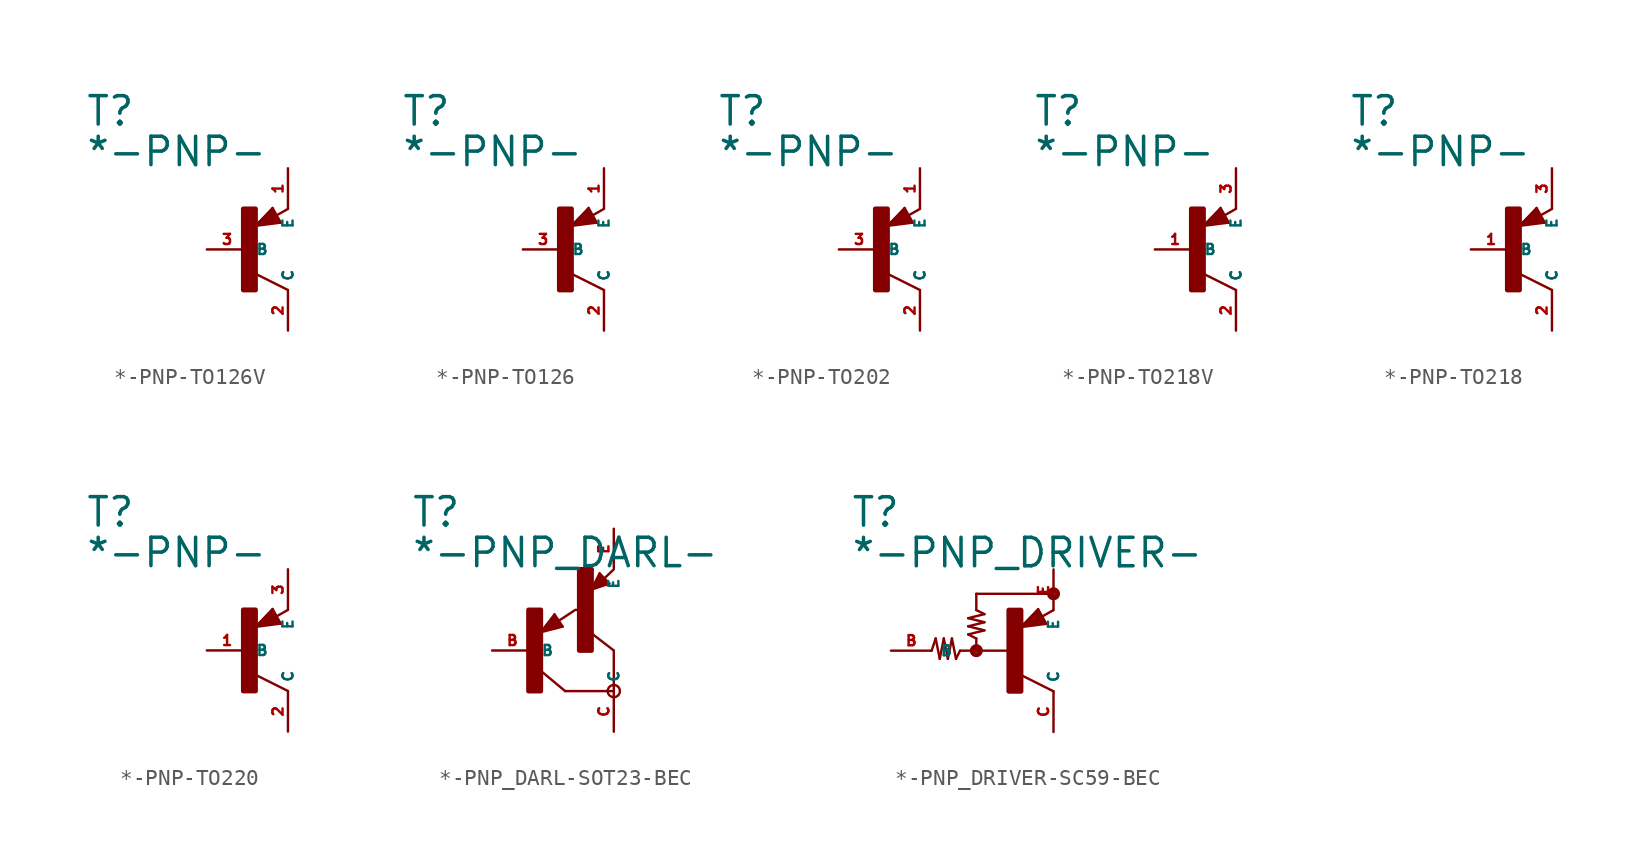
<source format=kicad_sym>
(kicad_symbol_lib
  (version 20220914)
  (generator Eagle2Kicad)
  (symbol "*-PNP-TO126V"
    (property "Reference" "T"
      (at -10.16 7.62 0)
      (effects (font (size 1.778 1.778) (thickness 0.22)) (justify left bottom)))
    (property "Value" "*-PNP-"
      (at -10.16 5.08 0)
      (effects (font (size 1.778 1.778) (thickness 0.22)) (justify left bottom)))
    (polyline
      (pts (xy 2.086 1.678) (xy 1.578 2.594))
      (stroke (width 0.152) (type default))
      (fill (type none)))
    (polyline
      (pts (xy 1.578 2.594) (xy 0.516 1.478))
      (stroke (width 0.152) (type default))
      (fill (type none)))
    (polyline
      (pts (xy 0.516 1.478) (xy 2.086 1.678))
      (stroke (width 0.152) (type default))
      (fill (type none)))
    (polyline
      (pts (xy 2.54 2.54) (xy 1.808 2.124))
      (stroke (width 0.152) (type default))
      (fill (type none)))
    (polyline
      (pts (xy 2.54 -2.54) (xy 0.508 -1.524))
      (stroke (width 0.152) (type default))
      (fill (type none)))
    (polyline
      (pts (xy 1.905 1.778) (xy 1.524 2.413))
      (stroke (width 0.254) (type default))
      (fill (type none)))
    (polyline
      (pts (xy 1.524 2.413) (xy 0.762 1.651))
      (stroke (width 0.254) (type default))
      (fill (type none)))
    (polyline
      (pts (xy 0.762 1.651) (xy 1.778 1.778))
      (stroke (width 0.254) (type default))
      (fill (type none)))
    (polyline
      (pts (xy 1.778 1.778) (xy 1.524 2.159))
      (stroke (width 0.254) (type default))
      (fill (type none)))
    (polyline
      (pts (xy 1.524 2.159) (xy 1.143 1.905))
      (stroke (width 0.254) (type default))
      (fill (type none)))
    (polyline
      (pts (xy 1.143 1.905) (xy 1.524 1.905))
      (stroke (width 0.254) (type default))
      (fill (type none)))
    (rectangle
      (start -0.254 -2.54)
      (end 0.508 2.54)
      (stroke (width 0.3) (type default))
      (fill (type outline)))
    (pin passive line
      (at -2.54 0 0)
      (length 2.54)
      (name "B" (effects (font (size 0.635 0.635) (thickness 0.08)) (justify left bottom)))
      (number "3" (effects (font (size 0.635 0.635) (thickness 0.08)) (justify left bottom))))
    (pin passive line
      (at 2.54 5.08 270)
      (length 2.54)
      (name "E" (effects (font (size 0.635 0.635) (thickness 0.08)) (justify left bottom)))
      (number "1" (effects (font (size 0.635 0.635) (thickness 0.08)) (justify left bottom))))
    (pin passive line
      (at 2.54 -5.08 90)
      (length 2.54)
      (name "C" (effects (font (size 0.635 0.635) (thickness 0.08)) (justify left bottom)))
      (number "2" (effects (font (size 0.635 0.635) (thickness 0.08)) (justify left bottom)))))
  (symbol "*-PNP-TO126"
    (property "Reference" "T"
      (at -10.16 7.62 0)
      (effects (font (size 1.778 1.778) (thickness 0.22)) (justify left bottom)))
    (property "Value" "*-PNP-"
      (at -10.16 5.08 0)
      (effects (font (size 1.778 1.778) (thickness 0.22)) (justify left bottom)))
    (polyline
      (pts (xy 2.086 1.678) (xy 1.578 2.594))
      (stroke (width 0.152) (type default))
      (fill (type none)))
    (polyline
      (pts (xy 1.578 2.594) (xy 0.516 1.478))
      (stroke (width 0.152) (type default))
      (fill (type none)))
    (polyline
      (pts (xy 0.516 1.478) (xy 2.086 1.678))
      (stroke (width 0.152) (type default))
      (fill (type none)))
    (polyline
      (pts (xy 2.54 2.54) (xy 1.808 2.124))
      (stroke (width 0.152) (type default))
      (fill (type none)))
    (polyline
      (pts (xy 2.54 -2.54) (xy 0.508 -1.524))
      (stroke (width 0.152) (type default))
      (fill (type none)))
    (polyline
      (pts (xy 1.905 1.778) (xy 1.524 2.413))
      (stroke (width 0.254) (type default))
      (fill (type none)))
    (polyline
      (pts (xy 1.524 2.413) (xy 0.762 1.651))
      (stroke (width 0.254) (type default))
      (fill (type none)))
    (polyline
      (pts (xy 0.762 1.651) (xy 1.778 1.778))
      (stroke (width 0.254) (type default))
      (fill (type none)))
    (polyline
      (pts (xy 1.778 1.778) (xy 1.524 2.159))
      (stroke (width 0.254) (type default))
      (fill (type none)))
    (polyline
      (pts (xy 1.524 2.159) (xy 1.143 1.905))
      (stroke (width 0.254) (type default))
      (fill (type none)))
    (polyline
      (pts (xy 1.143 1.905) (xy 1.524 1.905))
      (stroke (width 0.254) (type default))
      (fill (type none)))
    (rectangle
      (start -0.254 -2.54)
      (end 0.508 2.54)
      (stroke (width 0.3) (type default))
      (fill (type outline)))
    (pin passive line
      (at -2.54 0 0)
      (length 2.54)
      (name "B" (effects (font (size 0.635 0.635) (thickness 0.08)) (justify left bottom)))
      (number "3" (effects (font (size 0.635 0.635) (thickness 0.08)) (justify left bottom))))
    (pin passive line
      (at 2.54 5.08 270)
      (length 2.54)
      (name "E" (effects (font (size 0.635 0.635) (thickness 0.08)) (justify left bottom)))
      (number "1" (effects (font (size 0.635 0.635) (thickness 0.08)) (justify left bottom))))
    (pin passive line
      (at 2.54 -5.08 90)
      (length 2.54)
      (name "C" (effects (font (size 0.635 0.635) (thickness 0.08)) (justify left bottom)))
      (number "2" (effects (font (size 0.635 0.635) (thickness 0.08)) (justify left bottom)))))
  (symbol "*-PNP-TO202"
    (property "Reference" "T"
      (at -10.16 7.62 0)
      (effects (font (size 1.778 1.778) (thickness 0.22)) (justify left bottom)))
    (property "Value" "*-PNP-"
      (at -10.16 5.08 0)
      (effects (font (size 1.778 1.778) (thickness 0.22)) (justify left bottom)))
    (polyline
      (pts (xy 2.086 1.678) (xy 1.578 2.594))
      (stroke (width 0.152) (type default))
      (fill (type none)))
    (polyline
      (pts (xy 1.578 2.594) (xy 0.516 1.478))
      (stroke (width 0.152) (type default))
      (fill (type none)))
    (polyline
      (pts (xy 0.516 1.478) (xy 2.086 1.678))
      (stroke (width 0.152) (type default))
      (fill (type none)))
    (polyline
      (pts (xy 2.54 2.54) (xy 1.808 2.124))
      (stroke (width 0.152) (type default))
      (fill (type none)))
    (polyline
      (pts (xy 2.54 -2.54) (xy 0.508 -1.524))
      (stroke (width 0.152) (type default))
      (fill (type none)))
    (polyline
      (pts (xy 1.905 1.778) (xy 1.524 2.413))
      (stroke (width 0.254) (type default))
      (fill (type none)))
    (polyline
      (pts (xy 1.524 2.413) (xy 0.762 1.651))
      (stroke (width 0.254) (type default))
      (fill (type none)))
    (polyline
      (pts (xy 0.762 1.651) (xy 1.778 1.778))
      (stroke (width 0.254) (type default))
      (fill (type none)))
    (polyline
      (pts (xy 1.778 1.778) (xy 1.524 2.159))
      (stroke (width 0.254) (type default))
      (fill (type none)))
    (polyline
      (pts (xy 1.524 2.159) (xy 1.143 1.905))
      (stroke (width 0.254) (type default))
      (fill (type none)))
    (polyline
      (pts (xy 1.143 1.905) (xy 1.524 1.905))
      (stroke (width 0.254) (type default))
      (fill (type none)))
    (rectangle
      (start -0.254 -2.54)
      (end 0.508 2.54)
      (stroke (width 0.3) (type default))
      (fill (type outline)))
    (pin passive line
      (at -2.54 0 0)
      (length 2.54)
      (name "B" (effects (font (size 0.635 0.635) (thickness 0.08)) (justify left bottom)))
      (number "3" (effects (font (size 0.635 0.635) (thickness 0.08)) (justify left bottom))))
    (pin passive line
      (at 2.54 5.08 270)
      (length 2.54)
      (name "E" (effects (font (size 0.635 0.635) (thickness 0.08)) (justify left bottom)))
      (number "1" (effects (font (size 0.635 0.635) (thickness 0.08)) (justify left bottom))))
    (pin passive line
      (at 2.54 -5.08 90)
      (length 2.54)
      (name "C" (effects (font (size 0.635 0.635) (thickness 0.08)) (justify left bottom)))
      (number "2" (effects (font (size 0.635 0.635) (thickness 0.08)) (justify left bottom)))))
  (symbol "*-PNP-TO218V"
    (property "Reference" "T"
      (at -10.16 7.62 0)
      (effects (font (size 1.778 1.778) (thickness 0.22)) (justify left bottom)))
    (property "Value" "*-PNP-"
      (at -10.16 5.08 0)
      (effects (font (size 1.778 1.778) (thickness 0.22)) (justify left bottom)))
    (polyline
      (pts (xy 2.086 1.678) (xy 1.578 2.594))
      (stroke (width 0.152) (type default))
      (fill (type none)))
    (polyline
      (pts (xy 1.578 2.594) (xy 0.516 1.478))
      (stroke (width 0.152) (type default))
      (fill (type none)))
    (polyline
      (pts (xy 0.516 1.478) (xy 2.086 1.678))
      (stroke (width 0.152) (type default))
      (fill (type none)))
    (polyline
      (pts (xy 2.54 2.54) (xy 1.808 2.124))
      (stroke (width 0.152) (type default))
      (fill (type none)))
    (polyline
      (pts (xy 2.54 -2.54) (xy 0.508 -1.524))
      (stroke (width 0.152) (type default))
      (fill (type none)))
    (polyline
      (pts (xy 1.905 1.778) (xy 1.524 2.413))
      (stroke (width 0.254) (type default))
      (fill (type none)))
    (polyline
      (pts (xy 1.524 2.413) (xy 0.762 1.651))
      (stroke (width 0.254) (type default))
      (fill (type none)))
    (polyline
      (pts (xy 0.762 1.651) (xy 1.778 1.778))
      (stroke (width 0.254) (type default))
      (fill (type none)))
    (polyline
      (pts (xy 1.778 1.778) (xy 1.524 2.159))
      (stroke (width 0.254) (type default))
      (fill (type none)))
    (polyline
      (pts (xy 1.524 2.159) (xy 1.143 1.905))
      (stroke (width 0.254) (type default))
      (fill (type none)))
    (polyline
      (pts (xy 1.143 1.905) (xy 1.524 1.905))
      (stroke (width 0.254) (type default))
      (fill (type none)))
    (rectangle
      (start -0.254 -2.54)
      (end 0.508 2.54)
      (stroke (width 0.3) (type default))
      (fill (type outline)))
    (pin passive line
      (at -2.54 0 0)
      (length 2.54)
      (name "B" (effects (font (size 0.635 0.635) (thickness 0.08)) (justify left bottom)))
      (number "1" (effects (font (size 0.635 0.635) (thickness 0.08)) (justify left bottom))))
    (pin passive line
      (at 2.54 5.08 270)
      (length 2.54)
      (name "E" (effects (font (size 0.635 0.635) (thickness 0.08)) (justify left bottom)))
      (number "3" (effects (font (size 0.635 0.635) (thickness 0.08)) (justify left bottom))))
    (pin passive line
      (at 2.54 -5.08 90)
      (length 2.54)
      (name "C" (effects (font (size 0.635 0.635) (thickness 0.08)) (justify left bottom)))
      (number "2" (effects (font (size 0.635 0.635) (thickness 0.08)) (justify left bottom)))))
  (symbol "*-PNP-TO218"
    (property "Reference" "T"
      (at -10.16 7.62 0)
      (effects (font (size 1.778 1.778) (thickness 0.22)) (justify left bottom)))
    (property "Value" "*-PNP-"
      (at -10.16 5.08 0)
      (effects (font (size 1.778 1.778) (thickness 0.22)) (justify left bottom)))
    (polyline
      (pts (xy 2.086 1.678) (xy 1.578 2.594))
      (stroke (width 0.152) (type default))
      (fill (type none)))
    (polyline
      (pts (xy 1.578 2.594) (xy 0.516 1.478))
      (stroke (width 0.152) (type default))
      (fill (type none)))
    (polyline
      (pts (xy 0.516 1.478) (xy 2.086 1.678))
      (stroke (width 0.152) (type default))
      (fill (type none)))
    (polyline
      (pts (xy 2.54 2.54) (xy 1.808 2.124))
      (stroke (width 0.152) (type default))
      (fill (type none)))
    (polyline
      (pts (xy 2.54 -2.54) (xy 0.508 -1.524))
      (stroke (width 0.152) (type default))
      (fill (type none)))
    (polyline
      (pts (xy 1.905 1.778) (xy 1.524 2.413))
      (stroke (width 0.254) (type default))
      (fill (type none)))
    (polyline
      (pts (xy 1.524 2.413) (xy 0.762 1.651))
      (stroke (width 0.254) (type default))
      (fill (type none)))
    (polyline
      (pts (xy 0.762 1.651) (xy 1.778 1.778))
      (stroke (width 0.254) (type default))
      (fill (type none)))
    (polyline
      (pts (xy 1.778 1.778) (xy 1.524 2.159))
      (stroke (width 0.254) (type default))
      (fill (type none)))
    (polyline
      (pts (xy 1.524 2.159) (xy 1.143 1.905))
      (stroke (width 0.254) (type default))
      (fill (type none)))
    (polyline
      (pts (xy 1.143 1.905) (xy 1.524 1.905))
      (stroke (width 0.254) (type default))
      (fill (type none)))
    (rectangle
      (start -0.254 -2.54)
      (end 0.508 2.54)
      (stroke (width 0.3) (type default))
      (fill (type outline)))
    (pin passive line
      (at -2.54 0 0)
      (length 2.54)
      (name "B" (effects (font (size 0.635 0.635) (thickness 0.08)) (justify left bottom)))
      (number "1" (effects (font (size 0.635 0.635) (thickness 0.08)) (justify left bottom))))
    (pin passive line
      (at 2.54 5.08 270)
      (length 2.54)
      (name "E" (effects (font (size 0.635 0.635) (thickness 0.08)) (justify left bottom)))
      (number "3" (effects (font (size 0.635 0.635) (thickness 0.08)) (justify left bottom))))
    (pin passive line
      (at 2.54 -5.08 90)
      (length 2.54)
      (name "C" (effects (font (size 0.635 0.635) (thickness 0.08)) (justify left bottom)))
      (number "2" (effects (font (size 0.635 0.635) (thickness 0.08)) (justify left bottom)))))
  (symbol "*-PNP-TO220"
    (property "Reference" "T"
      (at -10.16 7.62 0)
      (effects (font (size 1.778 1.778) (thickness 0.22)) (justify left bottom)))
    (property "Value" "*-PNP-"
      (at -10.16 5.08 0)
      (effects (font (size 1.778 1.778) (thickness 0.22)) (justify left bottom)))
    (polyline
      (pts (xy 2.086 1.678) (xy 1.578 2.594))
      (stroke (width 0.152) (type default))
      (fill (type none)))
    (polyline
      (pts (xy 1.578 2.594) (xy 0.516 1.478))
      (stroke (width 0.152) (type default))
      (fill (type none)))
    (polyline
      (pts (xy 0.516 1.478) (xy 2.086 1.678))
      (stroke (width 0.152) (type default))
      (fill (type none)))
    (polyline
      (pts (xy 2.54 2.54) (xy 1.808 2.124))
      (stroke (width 0.152) (type default))
      (fill (type none)))
    (polyline
      (pts (xy 2.54 -2.54) (xy 0.508 -1.524))
      (stroke (width 0.152) (type default))
      (fill (type none)))
    (polyline
      (pts (xy 1.905 1.778) (xy 1.524 2.413))
      (stroke (width 0.254) (type default))
      (fill (type none)))
    (polyline
      (pts (xy 1.524 2.413) (xy 0.762 1.651))
      (stroke (width 0.254) (type default))
      (fill (type none)))
    (polyline
      (pts (xy 0.762 1.651) (xy 1.778 1.778))
      (stroke (width 0.254) (type default))
      (fill (type none)))
    (polyline
      (pts (xy 1.778 1.778) (xy 1.524 2.159))
      (stroke (width 0.254) (type default))
      (fill (type none)))
    (polyline
      (pts (xy 1.524 2.159) (xy 1.143 1.905))
      (stroke (width 0.254) (type default))
      (fill (type none)))
    (polyline
      (pts (xy 1.143 1.905) (xy 1.524 1.905))
      (stroke (width 0.254) (type default))
      (fill (type none)))
    (rectangle
      (start -0.254 -2.54)
      (end 0.508 2.54)
      (stroke (width 0.3) (type default))
      (fill (type outline)))
    (pin passive line
      (at -2.54 0 0)
      (length 2.54)
      (name "B" (effects (font (size 0.635 0.635) (thickness 0.08)) (justify left bottom)))
      (number "1" (effects (font (size 0.635 0.635) (thickness 0.08)) (justify left bottom))))
    (pin passive line
      (at 2.54 5.08 270)
      (length 2.54)
      (name "E" (effects (font (size 0.635 0.635) (thickness 0.08)) (justify left bottom)))
      (number "3" (effects (font (size 0.635 0.635) (thickness 0.08)) (justify left bottom))))
    (pin passive line
      (at 2.54 -5.08 90)
      (length 2.54)
      (name "C" (effects (font (size 0.635 0.635) (thickness 0.08)) (justify left bottom)))
      (number "2" (effects (font (size 0.635 0.635) (thickness 0.08)) (justify left bottom)))))
  (symbol "*-PNP_DARL-SOT23-BEC"
    (property "Reference" "T"
      (at -7.62 7.62 0)
      (effects (font (size 1.778 1.778) (thickness 0.22)) (justify left bottom)))
    (property "Value" "*-PNP_DARL-"
      (at -7.62 5.08 0)
      (effects (font (size 1.778 1.778) (thickness 0.22)) (justify left bottom)))
    (polyline
      (pts (xy 5.08 -2.54) (xy 2.032 -2.54))
      (stroke (width 0.152) (type default))
      (fill (type none)))
    (polyline
      (pts (xy 2.032 -2.54) (xy 0.508 -1.27))
      (stroke (width 0.152) (type default))
      (fill (type none)))
    (polyline
      (pts (xy 5.08 0) (xy 3.429 1.27))
      (stroke (width 0.152) (type default))
      (fill (type none)))
    (polyline
      (pts (xy 1.37 2.259) (xy 0.508 1.143))
      (stroke (width 0.152) (type default))
      (fill (type none)))
    (polyline
      (pts (xy 1.878 1.497) (xy 1.37 2.259))
      (stroke (width 0.152) (type default))
      (fill (type none)))
    (polyline
      (pts (xy 0.508 1.143) (xy 1.878 1.497))
      (stroke (width 0.152) (type default))
      (fill (type none)))
    (polyline
      (pts (xy 1.608 1.843) (xy 2.586 2.486))
      (stroke (width 0.152) (type default))
      (fill (type none)))
    (polyline
      (pts (xy 0.635 1.27) (xy 1.397 2.159))
      (stroke (width 0.127) (type default))
      (fill (type none)))
    (polyline
      (pts (xy 1.397 2.159) (xy 1.778 1.524))
      (stroke (width 0.127) (type default))
      (fill (type none)))
    (polyline
      (pts (xy 1.778 1.524) (xy 0.762 1.27))
      (stroke (width 0.127) (type default))
      (fill (type none)))
    (polyline
      (pts (xy 0.762 1.27) (xy 1.397 2.032))
      (stroke (width 0.127) (type default))
      (fill (type none)))
    (polyline
      (pts (xy 1.397 2.032) (xy 1.651 1.651))
      (stroke (width 0.127) (type default))
      (fill (type none)))
    (polyline
      (pts (xy 1.651 1.651) (xy 0.889 1.397))
      (stroke (width 0.254) (type default))
      (fill (type none)))
    (polyline
      (pts (xy 0.889 1.397) (xy 1.397 1.905))
      (stroke (width 0.254) (type default))
      (fill (type none)))
    (polyline
      (pts (xy 1.397 1.905) (xy 1.397 1.778))
      (stroke (width 0.254) (type default))
      (fill (type none)))
    (polyline
      (pts (xy 3.683 3.81) (xy 4.799 4.191))
      (stroke (width 0.152) (type default))
      (fill (type none)))
    (polyline
      (pts (xy 4.191 4.826) (xy 3.683 3.81))
      (stroke (width 0.152) (type default))
      (fill (type none)))
    (polyline
      (pts (xy 4.799 4.191) (xy 4.191 4.826))
      (stroke (width 0.152) (type default))
      (fill (type none)))
    (polyline
      (pts (xy 4.483 4.51) (xy 5.026 5.026))
      (stroke (width 0.152) (type default))
      (fill (type none)))
    (polyline
      (pts (xy 3.81 3.937) (xy 4.191 4.699))
      (stroke (width 0.127) (type default))
      (fill (type none)))
    (polyline
      (pts (xy 4.191 4.699) (xy 4.699 4.191))
      (stroke (width 0.127) (type default))
      (fill (type none)))
    (polyline
      (pts (xy 4.699 4.191) (xy 3.937 3.937))
      (stroke (width 0.127) (type default))
      (fill (type none)))
    (polyline
      (pts (xy 3.937 3.937) (xy 4.191 4.572))
      (stroke (width 0.127) (type default))
      (fill (type none)))
    (polyline
      (pts (xy 4.191 4.572) (xy 4.572 4.191))
      (stroke (width 0.254) (type default))
      (fill (type none)))
    (polyline
      (pts (xy 4.572 4.191) (xy 4.064 4.064))
      (stroke (width 0.254) (type default))
      (fill (type none)))
    (polyline
      (pts (xy 4.064 4.064) (xy 4.191 4.318))
      (stroke (width 0.254) (type default))
      (fill (type none)))
    (polyline
      (pts (xy 4.191 4.318) (xy 4.318 4.318))
      (stroke (width 0.254) (type default))
      (fill (type none)))
    (polyline
      (pts (xy 5.08 -2.54) (xy 5.08 0))
      (stroke (width 0.152) (type default))
      (fill (type none)))
    (polyline
      (pts (xy 2.667 2.54) (xy 2.921 2.54))
      (stroke (width 0.152) (type default))
      (fill (type none)))
    (circle
      (center 5.08 -2.54)
      (radius 0.381)
      (stroke (width 0) (type default))
      (fill (type none)))
    (rectangle
      (start -0.254 -2.54)
      (end 0.508 2.54)
      (stroke (width 0.3) (type default))
      (fill (type outline)))
    (rectangle
      (start 2.921 0)
      (end 3.683 5.08)
      (stroke (width 0.3) (type default))
      (fill (type outline)))
    (pin passive line
      (at -2.54 0 0)
      (length 2.54)
      (name "B" (effects (font (size 0.635 0.635) (thickness 0.08)) (justify left bottom)))
      (number "B" (effects (font (size 0.635 0.635) (thickness 0.08)) (justify left bottom))))
    (pin passive line
      (at 5.08 7.62 270)
      (length 2.54)
      (name "E" (effects (font (size 0.635 0.635) (thickness 0.08)) (justify left bottom)))
      (number "E" (effects (font (size 0.635 0.635) (thickness 0.08)) (justify left bottom))))
    (pin passive line
      (at 5.08 -5.08 90)
      (length 2.54)
      (name "C" (effects (font (size 0.635 0.635) (thickness 0.08)) (justify left bottom)))
      (number "C" (effects (font (size 0.635 0.635) (thickness 0.08)) (justify left bottom)))))
  (symbol "*-PNP_DRIVER-SC59-BEC"
    (property "Reference" "T"
      (at -10.16 7.62 0)
      (effects (font (size 1.778 1.778) (thickness 0.22)) (justify left bottom)))
    (property "Value" "*-PNP_DRIVER-"
      (at -10.16 5.08 0)
      (effects (font (size 1.778 1.778) (thickness 0.22)) (justify left bottom)))
    (polyline
      (pts (xy -5.08 0) (xy -4.826 0.762))
      (stroke (width 0.152) (type default))
      (fill (type none)))
    (polyline
      (pts (xy -4.826 0.762) (xy -4.572 -0.508))
      (stroke (width 0.152) (type default))
      (fill (type none)))
    (polyline
      (pts (xy -4.572 -0.508) (xy -4.318 0.762))
      (stroke (width 0.152) (type default))
      (fill (type none)))
    (polyline
      (pts (xy -4.318 0.762) (xy -4.064 -0.508))
      (stroke (width 0.152) (type default))
      (fill (type none)))
    (polyline
      (pts (xy -4.064 -0.508) (xy -3.81 0.762))
      (stroke (width 0.152) (type default))
      (fill (type none)))
    (polyline
      (pts (xy -3.81 0.762) (xy -3.556 -0.508))
      (stroke (width 0.152) (type default))
      (fill (type none)))
    (polyline
      (pts (xy -3.556 -0.508) (xy -3.302 0))
      (stroke (width 0.152) (type default))
      (fill (type none)))
    (polyline
      (pts (xy -3.302 0) (xy -2.286 0))
      (stroke (width 0.152) (type default))
      (fill (type none)))
    (polyline
      (pts (xy -2.286 0) (xy -0.254 0))
      (stroke (width 0.152) (type default))
      (fill (type none)))
    (polyline
      (pts (xy -2.286 0) (xy -2.286 0.762))
      (stroke (width 0.152) (type default))
      (fill (type none)))
    (polyline
      (pts (xy -2.286 0.762) (xy -2.794 1.016))
      (stroke (width 0.152) (type default))
      (fill (type none)))
    (polyline
      (pts (xy -2.794 1.016) (xy -1.778 1.27))
      (stroke (width 0.152) (type default))
      (fill (type none)))
    (polyline
      (pts (xy -1.778 1.27) (xy -2.794 1.524))
      (stroke (width 0.152) (type default))
      (fill (type none)))
    (polyline
      (pts (xy -2.794 1.524) (xy -1.778 1.778))
      (stroke (width 0.152) (type default))
      (fill (type none)))
    (polyline
      (pts (xy -1.778 1.778) (xy -2.794 2.032))
      (stroke (width 0.152) (type default))
      (fill (type none)))
    (polyline
      (pts (xy -2.794 2.032) (xy -1.778 2.286))
      (stroke (width 0.152) (type default))
      (fill (type none)))
    (polyline
      (pts (xy -1.778 2.286) (xy -2.286 2.54))
      (stroke (width 0.152) (type default))
      (fill (type none)))
    (polyline
      (pts (xy -2.286 2.54) (xy -2.286 3.556))
      (stroke (width 0.152) (type default))
      (fill (type none)))
    (polyline
      (pts (xy -2.286 3.556) (xy 2.54 3.556))
      (stroke (width 0.152) (type default))
      (fill (type none)))
    (polyline
      (pts (xy 2.086 1.678) (xy 1.578 2.594))
      (stroke (width 0.152) (type default))
      (fill (type none)))
    (polyline
      (pts (xy 1.578 2.594) (xy 0.516 1.478))
      (stroke (width 0.152) (type default))
      (fill (type none)))
    (polyline
      (pts (xy 0.516 1.478) (xy 2.086 1.678))
      (stroke (width 0.152) (type default))
      (fill (type none)))
    (polyline
      (pts (xy 2.54 2.54) (xy 1.808 2.124))
      (stroke (width 0.152) (type default))
      (fill (type none)))
    (polyline
      (pts (xy 2.54 -2.54) (xy 0.508 -1.524))
      (stroke (width 0.152) (type default))
      (fill (type none)))
    (polyline
      (pts (xy 1.905 1.778) (xy 1.524 2.413))
      (stroke (width 0.254) (type default))
      (fill (type none)))
    (polyline
      (pts (xy 1.524 2.413) (xy 0.762 1.651))
      (stroke (width 0.254) (type default))
      (fill (type none)))
    (polyline
      (pts (xy 0.762 1.651) (xy 1.778 1.778))
      (stroke (width 0.254) (type default))
      (fill (type none)))
    (polyline
      (pts (xy 1.778 1.778) (xy 1.524 2.159))
      (stroke (width 0.254) (type default))
      (fill (type none)))
    (polyline
      (pts (xy 1.524 2.159) (xy 1.143 1.905))
      (stroke (width 0.254) (type default))
      (fill (type none)))
    (polyline
      (pts (xy 1.143 1.905) (xy 1.524 1.905))
      (stroke (width 0.254) (type default))
      (fill (type none)))
    (circle
      (center -2.286 0)
      (radius 0.254)
      (stroke (width 0.305) (type default))
      (fill (type none)))
    (circle
      (center 2.54 3.556)
      (radius 0.254)
      (stroke (width 0.305) (type default))
      (fill (type none)))
    (rectangle
      (start -0.254 -2.54)
      (end 0.508 2.54)
      (stroke (width 0.3) (type default))
      (fill (type outline)))
    (pin passive line
      (at -7.62 0 0)
      (length 2.54)
      (name "B" (effects (font (size 0.635 0.635) (thickness 0.08)) (justify left bottom)))
      (number "B" (effects (font (size 0.635 0.635) (thickness 0.08)) (justify left bottom))))
    (pin passive line
      (at 2.54 -5.08 90)
      (length 2.54)
      (name "C" (effects (font (size 0.635 0.635) (thickness 0.08)) (justify left bottom)))
      (number "C" (effects (font (size 0.635 0.635) (thickness 0.08)) (justify left bottom))))
    (pin passive line
      (at 2.54 5.08 270)
      (length 2.54)
      (name "E" (effects (font (size 0.635 0.635) (thickness 0.08)) (justify left bottom)))
      (number "E" (effects (font (size 0.635 0.635) (thickness 0.08)) (justify left bottom))))))
</source>
